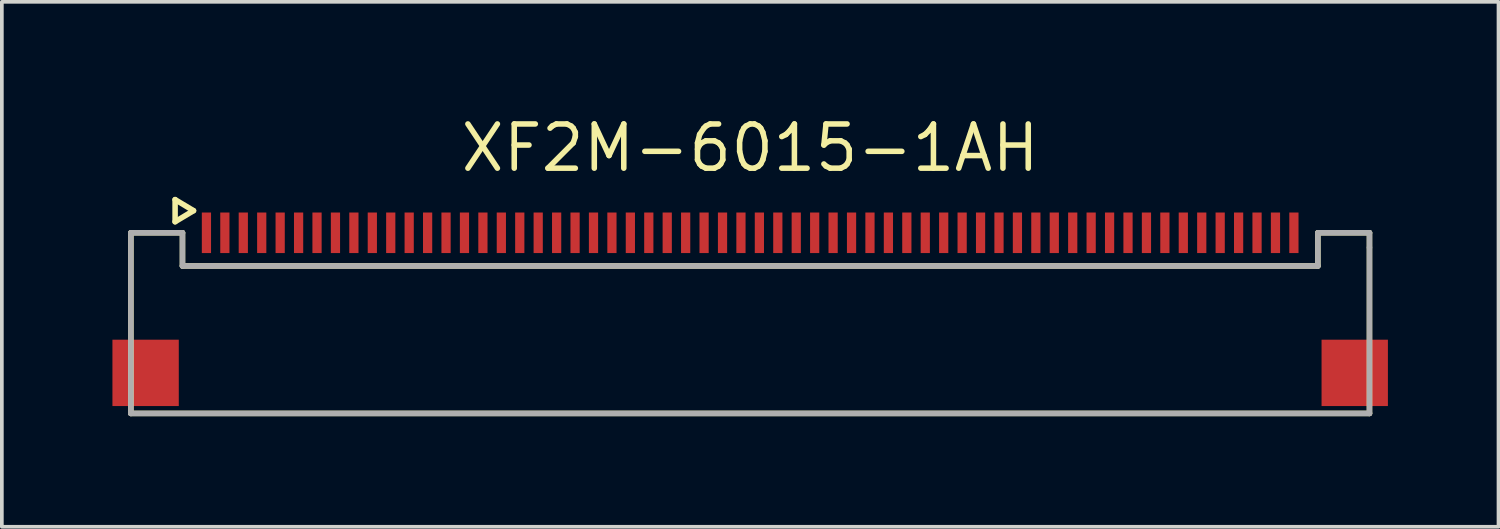
<source format=kicad_pcb>
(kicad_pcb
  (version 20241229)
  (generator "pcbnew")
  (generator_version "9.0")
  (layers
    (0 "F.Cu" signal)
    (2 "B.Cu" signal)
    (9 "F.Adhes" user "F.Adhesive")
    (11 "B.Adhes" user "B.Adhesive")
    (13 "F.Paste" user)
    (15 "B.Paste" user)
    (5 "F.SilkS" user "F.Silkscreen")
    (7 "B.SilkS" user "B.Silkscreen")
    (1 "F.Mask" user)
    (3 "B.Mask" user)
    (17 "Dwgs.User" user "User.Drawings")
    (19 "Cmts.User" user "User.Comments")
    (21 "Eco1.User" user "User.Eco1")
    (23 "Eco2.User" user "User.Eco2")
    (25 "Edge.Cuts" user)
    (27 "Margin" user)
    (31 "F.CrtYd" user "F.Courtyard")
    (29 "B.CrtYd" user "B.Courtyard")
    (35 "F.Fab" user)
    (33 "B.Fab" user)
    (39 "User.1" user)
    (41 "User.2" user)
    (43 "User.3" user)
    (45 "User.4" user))
  (footprint "XF2M-6015-1AH"
    (layer "F.Cu")
    (at 17.3 3.265)
    (property "Reference" "XF2M-6015-1AH" (at 0 -2.3 0) (layer "F.SilkS") (effects (font (size 1.2 1.2) (thickness 0.15))))
    (attr through_hole)
    (fp_line (start -16.8 0) (end -15.4 0) (stroke (width 0.15) (type solid)) (layer "F.SilkS"))
    (fp_line (start -16.8 4.9) (end -16.8 0) (stroke (width 0.15) (type solid)) (layer "F.SilkS"))
    (fp_line (start -15.6 -0.9) (end -15.6 -0.3) (stroke (width 0.15) (type solid)) (layer "F.SilkS"))
    (fp_line (start -15.6 -0.3) (end -15.1 -0.6) (stroke (width 0.15) (type solid)) (layer "F.SilkS"))
    (fp_line (start -15.4 0) (end -15.4 0.9) (stroke (width 0.15) (type solid)) (layer "F.SilkS"))
    (fp_line (start -15.4 0.9) (end 15.4 0.9) (stroke (width 0.15) (type solid)) (layer "F.SilkS"))
    (fp_line (start -15.1 -0.6) (end -15.6 -0.9) (stroke (width 0.15) (type solid)) (layer "F.SilkS"))
    (fp_line (start 15.4 0) (end 16.8 0) (stroke (width 0.15) (type solid)) (layer "F.SilkS"))
    (fp_line (start 15.4 0.9) (end 15.4 0) (stroke (width 0.15) (type solid)) (layer "F.SilkS"))
    (fp_line (start 16.8 0) (end 16.8 4.9) (stroke (width 0.15) (type solid)) (layer "F.SilkS"))
    (fp_line (start 16.8 4.9) (end -16.8 4.9) (stroke (width 0.15) (type solid)) (layer "F.SilkS"))
    (fp_line (start -16.8 0) (end -16.8 4.9) (stroke (width 0.15) (type solid)) (layer "F.Fab"))
    (fp_line (start -16.8 0) (end -15.4 0) (stroke (width 0.15) (type solid)) (layer "F.Fab"))
    (fp_line (start -16.8 4.9) (end 16.8 4.9) (stroke (width 0.15) (type solid)) (layer "F.Fab"))
    (fp_line (start -15.4 0) (end -15.4 0.9) (stroke (width 0.15) (type solid)) (layer "F.Fab"))
    (fp_line (start -15.4 0.9) (end -14.6 0.9) (stroke (width 0.15) (type solid)) (layer "F.Fab"))
    (fp_line (start -14.6 0.9) (end 15.4 0.9) (stroke (width 0.15) (type solid)) (layer "F.Fab"))
    (fp_line (start 15.4 0) (end 16.8 0) (stroke (width 0.15) (type solid)) (layer "F.Fab"))
    (fp_line (start 15.4 0.9) (end 15.4 0) (stroke (width 0.15) (type solid)) (layer "F.Fab"))
    (fp_line (start 16.8 0.4) (end 16.8 0) (stroke (width 0.15) (type solid)) (layer "F.Fab"))
    (fp_line (start 16.8 4.9) (end 16.8 0.4) (stroke (width 0.15) (type solid)) (layer "F.Fab"))
    (pad "1" smd rect (at -14.75 0) (size 0.25 1.1) (layers "F.Cu" "F.Mask" "F.Paste"))
    (pad "2" smd rect (at -14.25 0) (size 0.25 1.1) (layers "F.Cu" "F.Mask" "F.Paste"))
    (pad "3" smd rect (at -13.75 0) (size 0.25 1.1) (layers "F.Cu" "F.Mask" "F.Paste"))
    (pad "4" smd rect (at -13.25 0) (size 0.25 1.1) (layers "F.Cu" "F.Mask" "F.Paste"))
    (pad "5" smd rect (at -12.75 0) (size 0.25 1.1) (layers "F.Cu" "F.Mask" "F.Paste"))
    (pad "6" smd rect (at -12.25 0) (size 0.25 1.1) (layers "F.Cu" "F.Mask" "F.Paste"))
    (pad "7" smd rect (at -11.75 0) (size 0.25 1.1) (layers "F.Cu" "F.Mask" "F.Paste"))
    (pad "8" smd rect (at -11.25 0) (size 0.25 1.1) (layers "F.Cu" "F.Mask" "F.Paste"))
    (pad "9" smd rect (at -10.75 0) (size 0.25 1.1) (layers "F.Cu" "F.Mask" "F.Paste"))
    (pad "10" smd rect (at -10.25 0) (size 0.25 1.1) (layers "F.Cu" "F.Mask" "F.Paste"))
    (pad "11" smd rect (at -9.75 0) (size 0.25 1.1) (layers "F.Cu" "F.Mask" "F.Paste"))
    (pad "12" smd rect (at -9.25 0) (size 0.25 1.1) (layers "F.Cu" "F.Mask" "F.Paste"))
    (pad "13" smd rect (at -8.75 0) (size 0.25 1.1) (layers "F.Cu" "F.Mask" "F.Paste"))
    (pad "14" smd rect (at -8.25 0) (size 0.25 1.1) (layers "F.Cu" "F.Mask" "F.Paste"))
    (pad "15" smd rect (at -7.75 0) (size 0.25 1.1) (layers "F.Cu" "F.Mask" "F.Paste"))
    (pad "16" smd rect (at -7.25 0) (size 0.25 1.1) (layers "F.Cu" "F.Mask" "F.Paste"))
    (pad "17" smd rect (at -6.75 0) (size 0.25 1.1) (layers "F.Cu" "F.Mask" "F.Paste"))
    (pad "18" smd rect (at -6.25 0) (size 0.25 1.1) (layers "F.Cu" "F.Mask" "F.Paste"))
    (pad "19" smd rect (at -5.75 0) (size 0.25 1.1) (layers "F.Cu" "F.Mask" "F.Paste"))
    (pad "20" smd rect (at -5.25 0) (size 0.25 1.1) (layers "F.Cu" "F.Mask" "F.Paste"))
    (pad "21" smd rect (at -4.75 0) (size 0.25 1.1) (layers "F.Cu" "F.Mask" "F.Paste"))
    (pad "22" smd rect (at -4.25 0) (size 0.25 1.1) (layers "F.Cu" "F.Mask" "F.Paste"))
    (pad "23" smd rect (at -3.75 0) (size 0.25 1.1) (layers "F.Cu" "F.Mask" "F.Paste"))
    (pad "24" smd rect (at -3.25 0) (size 0.25 1.1) (layers "F.Cu" "F.Mask" "F.Paste"))
    (pad "25" smd rect (at -2.75 0) (size 0.25 1.1) (layers "F.Cu" "F.Mask" "F.Paste"))
    (pad "26" smd rect (at -2.25 0) (size 0.25 1.1) (layers "F.Cu" "F.Mask" "F.Paste"))
    (pad "27" smd rect (at -1.75 0) (size 0.25 1.1) (layers "F.Cu" "F.Mask" "F.Paste"))
    (pad "28" smd rect (at -1.25 0) (size 0.25 1.1) (layers "F.Cu" "F.Mask" "F.Paste"))
    (pad "29" smd rect (at -0.75 0) (size 0.25 1.1) (layers "F.Cu" "F.Mask" "F.Paste"))
    (pad "30" smd rect (at -0.25 0) (size 0.25 1.1) (layers "F.Cu" "F.Mask" "F.Paste"))
    (pad "31" smd rect (at 0.25 0) (size 0.25 1.1) (layers "F.Cu" "F.Mask" "F.Paste"))
    (pad "32" smd rect (at 0.75 0) (size 0.25 1.1) (layers "F.Cu" "F.Mask" "F.Paste"))
    (pad "33" smd rect (at 1.25 0) (size 0.25 1.1) (layers "F.Cu" "F.Mask" "F.Paste"))
    (pad "34" smd rect (at 1.75 0) (size 0.25 1.1) (layers "F.Cu" "F.Mask" "F.Paste"))
    (pad "35" smd rect (at 2.25 0) (size 0.25 1.1) (layers "F.Cu" "F.Mask" "F.Paste"))
    (pad "36" smd rect (at 2.75 0) (size 0.25 1.1) (layers "F.Cu" "F.Mask" "F.Paste"))
    (pad "37" smd rect (at 3.25 0) (size 0.25 1.1) (layers "F.Cu" "F.Mask" "F.Paste"))
    (pad "38" smd rect (at 3.75 0) (size 0.25 1.1) (layers "F.Cu" "F.Mask" "F.Paste"))
    (pad "39" smd rect (at 4.25 0) (size 0.25 1.1) (layers "F.Cu" "F.Mask" "F.Paste"))
    (pad "40" smd rect (at 4.75 0) (size 0.25 1.1) (layers "F.Cu" "F.Mask" "F.Paste"))
    (pad "41" smd rect (at 5.25 0) (size 0.25 1.1) (layers "F.Cu" "F.Mask" "F.Paste"))
    (pad "42" smd rect (at 5.75 0) (size 0.25 1.1) (layers "F.Cu" "F.Mask" "F.Paste"))
    (pad "43" smd rect (at 6.25 0) (size 0.25 1.1) (layers "F.Cu" "F.Mask" "F.Paste"))
    (pad "44" smd rect (at 6.75 0) (size 0.25 1.1) (layers "F.Cu" "F.Mask" "F.Paste"))
    (pad "45" smd rect (at 7.25 0) (size 0.25 1.1) (layers "F.Cu" "F.Mask" "F.Paste"))
    (pad "46" smd rect (at 7.75 0) (size 0.25 1.1) (layers "F.Cu" "F.Mask" "F.Paste"))
    (pad "47" smd rect (at 8.25 0) (size 0.25 1.1) (layers "F.Cu" "F.Mask" "F.Paste"))
    (pad "48" smd rect (at 8.75 0) (size 0.25 1.1) (layers "F.Cu" "F.Mask" "F.Paste"))
    (pad "49" smd rect (at 9.25 0) (size 0.25 1.1) (layers "F.Cu" "F.Mask" "F.Paste"))
    (pad "50" smd rect (at 9.75 0) (size 0.25 1.1) (layers "F.Cu" "F.Mask" "F.Paste"))
    (pad "51" smd rect (at 10.25 0) (size 0.25 1.1) (layers "F.Cu" "F.Mask" "F.Paste"))
    (pad "52" smd rect (at 10.75 0) (size 0.25 1.1) (layers "F.Cu" "F.Mask" "F.Paste"))
    (pad "53" smd rect (at 11.25 0) (size 0.25 1.1) (layers "F.Cu" "F.Mask" "F.Paste"))
    (pad "54" smd rect (at 11.75 0) (size 0.25 1.1) (layers "F.Cu" "F.Mask" "F.Paste"))
    (pad "55" smd rect (at 12.25 0) (size 0.25 1.1) (layers "F.Cu" "F.Mask" "F.Paste"))
    (pad "56" smd rect (at 12.75 0) (size 0.25 1.1) (layers "F.Cu" "F.Mask" "F.Paste"))
    (pad "57" smd rect (at 13.25 0) (size 0.25 1.1) (layers "F.Cu" "F.Mask" "F.Paste"))
    (pad "58" smd rect (at 13.75 0) (size 0.25 1.1) (layers "F.Cu" "F.Mask" "F.Paste"))
    (pad "59" smd rect (at 14.25 0) (size 0.25 1.1) (layers "F.Cu" "F.Mask" "F.Paste"))
    (pad "60" smd rect (at 14.75 0) (size 0.25 1.1) (layers "F.Cu" "F.Mask" "F.Paste"))
    (pad "61" smd rect (at 16.4 3.8) (size 1.8 1.8) (layers "F.Cu" "F.Mask" "F.Paste"))
    (pad "62" smd rect (at -16.4 3.8) (size 1.8 1.8) (layers "F.Cu" "F.Mask" "F.Paste")))
  (gr_rect
    (start -3 -3)
    (end 37.6 11.24)
    (stroke (width 0.1) (type default))
    (fill no)
    (layer "Edge.Cuts")))
</source>
